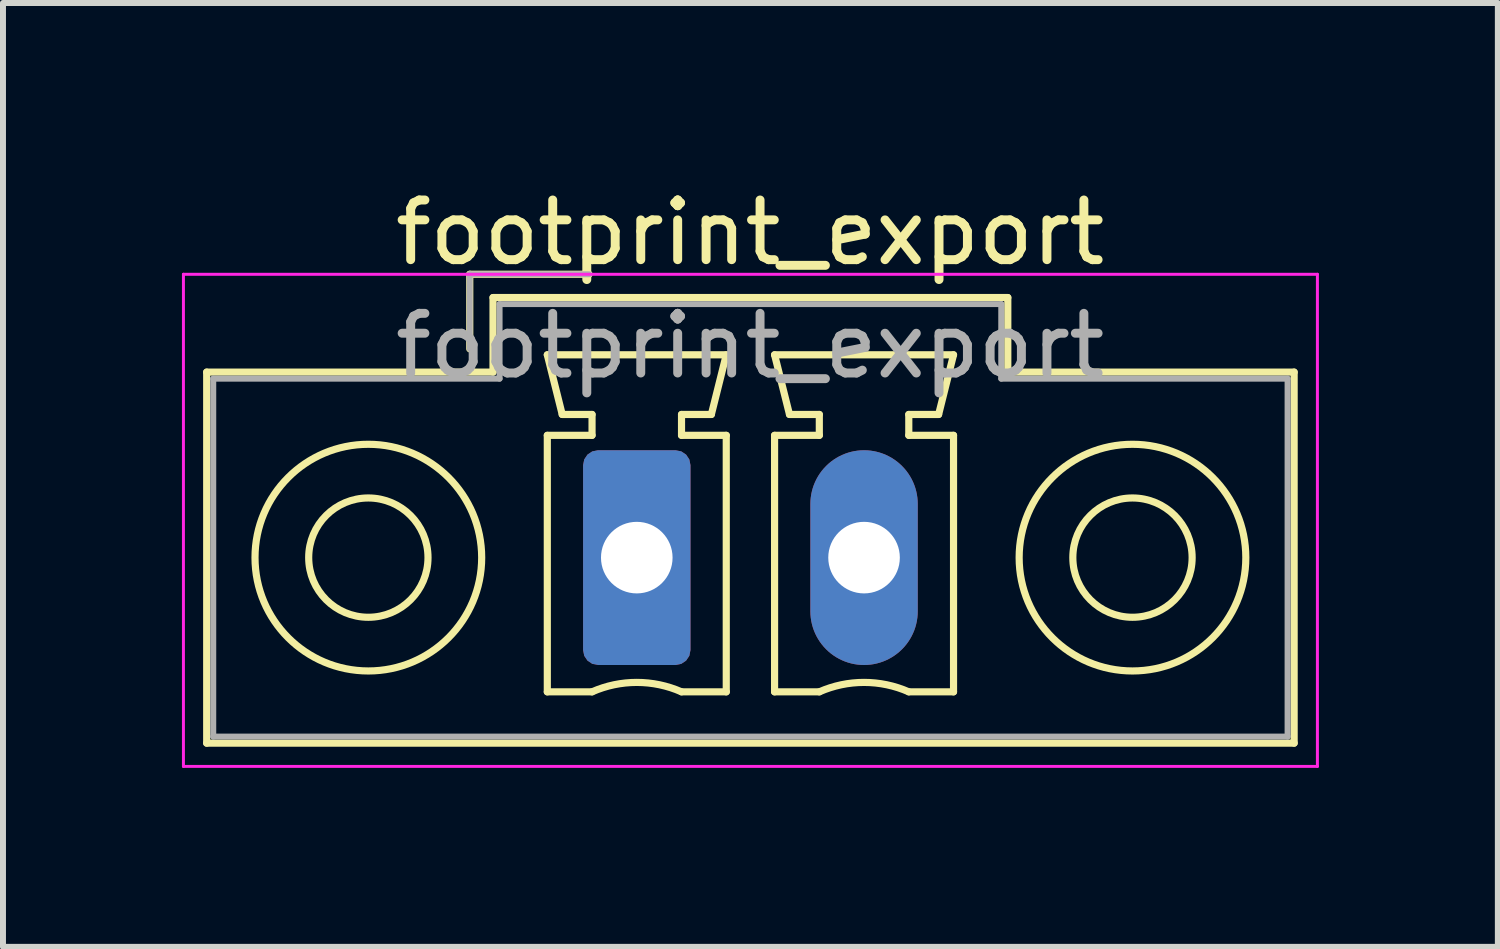
<source format=kicad_pcb>
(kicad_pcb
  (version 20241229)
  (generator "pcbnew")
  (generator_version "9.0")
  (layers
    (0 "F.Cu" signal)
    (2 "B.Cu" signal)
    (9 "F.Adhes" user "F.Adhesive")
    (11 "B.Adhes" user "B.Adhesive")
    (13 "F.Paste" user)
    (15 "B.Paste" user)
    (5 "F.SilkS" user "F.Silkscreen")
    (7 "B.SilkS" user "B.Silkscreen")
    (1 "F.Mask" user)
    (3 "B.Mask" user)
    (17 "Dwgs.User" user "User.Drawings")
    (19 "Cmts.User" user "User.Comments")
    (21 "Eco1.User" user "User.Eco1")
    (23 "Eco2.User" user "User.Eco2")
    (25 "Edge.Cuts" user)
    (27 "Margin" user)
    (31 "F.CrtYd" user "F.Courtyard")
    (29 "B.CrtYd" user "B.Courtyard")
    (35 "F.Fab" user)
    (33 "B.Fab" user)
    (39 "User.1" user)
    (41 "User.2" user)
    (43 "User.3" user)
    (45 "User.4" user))
  (footprint "footprint_export"
    (layer "F.Cu")
    (at 7.625 6.298)
    (property "Reference" "footprint_export" (at 1.9 -5.45 0) (layer "F.SilkS") (effects (font (size 1 1) (thickness 0.15))))
    (attr through_hole)
    (fp_line (start -7.21 -3.11) (end -7.21 3.11) (stroke (width 0.12) (type solid)) (layer "F.SilkS"))
    (fp_line (start -7.21 3.11) (end 11.02 3.11) (stroke (width 0.12) (type solid)) (layer "F.SilkS"))
    (fp_line (start -2.8 -4.75) (end -0.8 -4.75) (stroke (width 0.12) (type solid)) (layer "F.SilkS"))
    (fp_line (start -2.8 -3.5) (end -2.8 -4.75) (stroke (width 0.12) (type solid)) (layer "F.SilkS"))
    (fp_line (start -2.41 -4.36) (end -2.41 -3.11) (stroke (width 0.12) (type solid)) (layer "F.SilkS"))
    (fp_line (start -2.41 -3.11) (end -7.21 -3.11) (stroke (width 0.12) (type solid)) (layer "F.SilkS"))
    (fp_line (start -1.5 -3.4) (end 1.5 -3.4) (stroke (width 0.12) (type solid)) (layer "F.SilkS"))
    (fp_line (start -1.5 -2.05) (end -0.75 -2.05) (stroke (width 0.12) (type solid)) (layer "F.SilkS"))
    (fp_line (start -1.5 2.25) (end -1.5 -2.05) (stroke (width 0.12) (type solid)) (layer "F.SilkS"))
    (fp_line (start -1.25 -2.4) (end -1.5 -3.4) (stroke (width 0.12) (type solid)) (layer "F.SilkS"))
    (fp_line (start -0.75 -2.4) (end -1.25 -2.4) (stroke (width 0.12) (type solid)) (layer "F.SilkS"))
    (fp_line (start -0.75 -2.05) (end -0.75 -2.4) (stroke (width 0.12) (type solid)) (layer "F.SilkS"))
    (fp_line (start -0.75 2.25) (end -1.5 2.25) (stroke (width 0.12) (type solid)) (layer "F.SilkS"))
    (fp_line (start 0.75 -2.4) (end 0.75 -2.05) (stroke (width 0.12) (type solid)) (layer "F.SilkS"))
    (fp_line (start 0.75 -2.05) (end 1.5 -2.05) (stroke (width 0.12) (type solid)) (layer "F.SilkS"))
    (fp_line (start 1.25 -2.4) (end 0.75 -2.4) (stroke (width 0.12) (type solid)) (layer "F.SilkS"))
    (fp_line (start 1.5 -3.4) (end 1.25 -2.4) (stroke (width 0.12) (type solid)) (layer "F.SilkS"))
    (fp_line (start 1.5 -2.05) (end 1.5 2.25) (stroke (width 0.12) (type solid)) (layer "F.SilkS"))
    (fp_line (start 1.5 2.25) (end 0.75 2.25) (stroke (width 0.12) (type solid)) (layer "F.SilkS"))
    (fp_line (start 2.31 -3.4) (end 5.31 -3.4) (stroke (width 0.12) (type solid)) (layer "F.SilkS"))
    (fp_line (start 2.31 -2.05) (end 3.06 -2.05) (stroke (width 0.12) (type solid)) (layer "F.SilkS"))
    (fp_line (start 2.31 2.25) (end 2.31 -2.05) (stroke (width 0.12) (type solid)) (layer "F.SilkS"))
    (fp_line (start 2.56 -2.4) (end 2.31 -3.4) (stroke (width 0.12) (type solid)) (layer "F.SilkS"))
    (fp_line (start 3.06 -2.4) (end 2.56 -2.4) (stroke (width 0.12) (type solid)) (layer "F.SilkS"))
    (fp_line (start 3.06 -2.05) (end 3.06 -2.4) (stroke (width 0.12) (type solid)) (layer "F.SilkS"))
    (fp_line (start 3.06 2.25) (end 2.31 2.25) (stroke (width 0.12) (type solid)) (layer "F.SilkS"))
    (fp_line (start 4.56 -2.4) (end 4.56 -2.05) (stroke (width 0.12) (type solid)) (layer "F.SilkS"))
    (fp_line (start 4.56 -2.05) (end 5.31 -2.05) (stroke (width 0.12) (type solid)) (layer "F.SilkS"))
    (fp_line (start 5.06 -2.4) (end 4.56 -2.4) (stroke (width 0.12) (type solid)) (layer "F.SilkS"))
    (fp_line (start 5.31 -3.4) (end 5.06 -2.4) (stroke (width 0.12) (type solid)) (layer "F.SilkS"))
    (fp_line (start 5.31 -2.05) (end 5.31 2.25) (stroke (width 0.12) (type solid)) (layer "F.SilkS"))
    (fp_line (start 5.31 2.25) (end 4.56 2.25) (stroke (width 0.12) (type solid)) (layer "F.SilkS"))
    (fp_line (start 6.22 -4.36) (end -2.41 -4.36) (stroke (width 0.12) (type solid)) (layer "F.SilkS"))
    (fp_line (start 6.22 -3.11) (end 6.22 -4.36) (stroke (width 0.12) (type solid)) (layer "F.SilkS"))
    (fp_line (start 11.02 -3.11) (end 6.22 -3.11) (stroke (width 0.12) (type solid)) (layer "F.SilkS"))
    (fp_line (start 11.02 3.11) (end 11.02 -3.11) (stroke (width 0.12) (type solid)) (layer "F.SilkS"))
    (fp_arc (start -0.75 2.25) (mid -0.000193 2.09191) (end 0.749647 2.249844) (stroke (width 0.12) (type solid)) (layer "F.SilkS"))
    (fp_arc (start 3.06 2.25) (mid 3.809807 2.09191) (end 4.559647 2.249844) (stroke (width 0.12) (type solid)) (layer "F.SilkS"))
    (fp_circle (center -4.5 0) (end -3.5 0) (stroke (width 0.12) (type solid)) (fill no) (layer "F.SilkS"))
    (fp_circle (center -4.5 0) (end -2.6 0) (stroke (width 0.12) (type solid)) (fill no) (layer "F.SilkS"))
    (fp_circle (center 8.31 0) (end 9.31 0) (stroke (width 0.12) (type solid)) (fill no) (layer "F.SilkS"))
    (fp_circle (center 8.31 0) (end 10.21 0) (stroke (width 0.12) (type solid)) (fill no) (layer "F.SilkS"))
    (fp_line (start -7.6 -4.75) (end -7.6 3.5) (stroke (width 0.05) (type solid)) (layer "F.CrtYd"))
    (fp_line (start -7.6 3.5) (end 11.41 3.5) (stroke (width 0.05) (type solid)) (layer "F.CrtYd"))
    (fp_line (start 11.41 -4.75) (end -7.6 -4.75) (stroke (width 0.05) (type solid)) (layer "F.CrtYd"))
    (fp_line (start 11.41 3.5) (end 11.41 -4.75) (stroke (width 0.05) (type solid)) (layer "F.CrtYd"))
    (fp_line (start -7.1 -3) (end -7.1 3) (stroke (width 0.1) (type solid)) (layer "F.Fab"))
    (fp_line (start -7.1 3) (end 10.91 3) (stroke (width 0.1) (type solid)) (layer "F.Fab"))
    (fp_line (start -2.8 -4.75) (end -0.8 -4.75) (stroke (width 0.1) (type solid)) (layer "F.Fab"))
    (fp_line (start -2.8 -3.5) (end -2.8 -4.75) (stroke (width 0.1) (type solid)) (layer "F.Fab"))
    (fp_line (start -2.3 -4.25) (end -2.3 -3) (stroke (width 0.1) (type solid)) (layer "F.Fab"))
    (fp_line (start -2.3 -3) (end -7.1 -3) (stroke (width 0.1) (type solid)) (layer "F.Fab"))
    (fp_line (start 6.11 -4.25) (end -2.3 -4.25) (stroke (width 0.1) (type solid)) (layer "F.Fab"))
    (fp_line (start 6.11 -3) (end 6.11 -4.25) (stroke (width 0.1) (type solid)) (layer "F.Fab"))
    (fp_line (start 10.91 -3) (end 6.11 -3) (stroke (width 0.1) (type solid)) (layer "F.Fab"))
    (fp_line (start 10.91 3) (end 10.91 -3) (stroke (width 0.1) (type solid)) (layer "F.Fab"))
    (fp_text user "${REFERENCE}" (at 1.9 -3.55 0) (layer "F.Fab") (effects (font (size 1 1) (thickness 0.15))))
    (pad "1" thru_hole roundrect (at 0 0) (size 1.8 3.6) (drill 1.2) (layers "*.Cu" "*.Mask") (roundrect_rratio 0.139))
    (pad "2" thru_hole oval (at 3.81 0) (size 1.8 3.6) (drill 1.2) (layers "*.Cu" "*.Mask")))
  (gr_rect
    (start -3 -3)
    (end 22.06 12.823)
    (stroke (width 0.1) (type default))
    (fill no)
    (layer "Edge.Cuts")))
</source>
